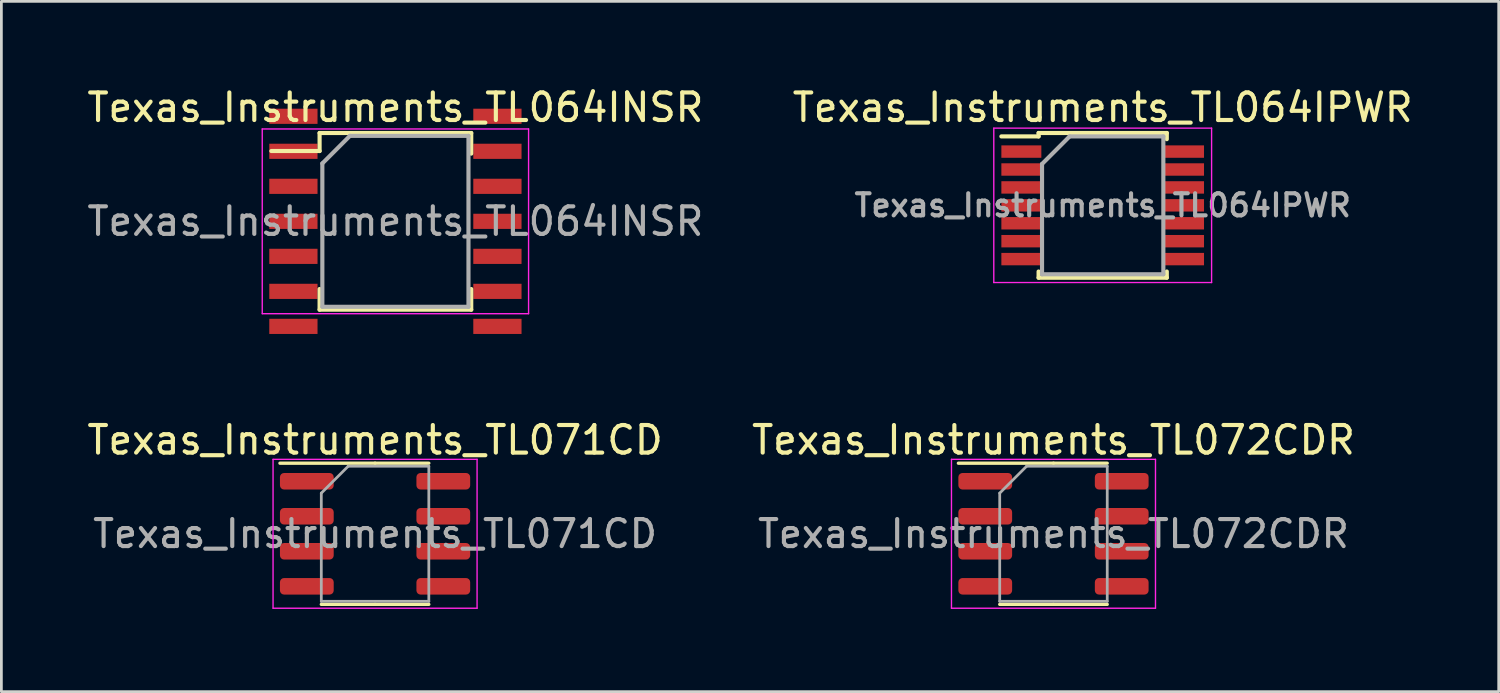
<source format=kicad_pcb>
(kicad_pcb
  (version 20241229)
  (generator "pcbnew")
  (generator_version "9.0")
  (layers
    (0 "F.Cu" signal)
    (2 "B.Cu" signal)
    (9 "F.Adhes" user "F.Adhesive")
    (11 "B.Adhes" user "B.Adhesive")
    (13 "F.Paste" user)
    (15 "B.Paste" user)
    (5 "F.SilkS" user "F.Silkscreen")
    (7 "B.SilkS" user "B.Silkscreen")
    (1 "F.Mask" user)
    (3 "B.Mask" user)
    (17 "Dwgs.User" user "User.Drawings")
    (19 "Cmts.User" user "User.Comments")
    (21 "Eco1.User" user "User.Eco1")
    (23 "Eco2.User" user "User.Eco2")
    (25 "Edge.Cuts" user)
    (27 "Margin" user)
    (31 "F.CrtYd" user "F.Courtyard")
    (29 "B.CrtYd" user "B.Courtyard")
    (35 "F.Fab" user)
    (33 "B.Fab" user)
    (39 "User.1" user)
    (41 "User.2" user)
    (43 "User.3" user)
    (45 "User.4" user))
  (footprint "Texas_Instruments_TL064INSR"
    (layer "F.Cu")
    (at 11.292 4.978)
    (property "Reference" "Texas_Instruments_TL064INSR" (at 0 -4.13 0) (layer "F.SilkS") (effects (font (size 1 1) (thickness 0.15))))
    (attr smd)
    (fp_line (start -2.75 -3.205) (end -2.75 -2.55) (stroke (width 0.15) (type solid)) (layer "F.SilkS"))
    (fp_line (start -2.75 -3.205) (end 2.75 -3.205) (stroke (width 0.15) (type solid)) (layer "F.SilkS"))
    (fp_line (start -2.75 -2.55) (end -4.5 -2.55) (stroke (width 0.15) (type solid)) (layer "F.SilkS"))
    (fp_line (start -2.75 3.205) (end -2.75 2.455) (stroke (width 0.15) (type solid)) (layer "F.SilkS"))
    (fp_line (start -2.75 3.205) (end 2.75 3.205) (stroke (width 0.15) (type solid)) (layer "F.SilkS"))
    (fp_line (start 2.75 -3.205) (end 2.75 -2.455) (stroke (width 0.15) (type solid)) (layer "F.SilkS"))
    (fp_line (start 2.75 3.205) (end 2.75 2.455) (stroke (width 0.15) (type solid)) (layer "F.SilkS"))
    (fp_line (start -4.83 -3.35) (end -4.83 3.35) (stroke (width 0.05) (type solid)) (layer "F.CrtYd"))
    (fp_line (start -4.83 -3.35) (end 4.83 -3.35) (stroke (width 0.05) (type solid)) (layer "F.CrtYd"))
    (fp_line (start -4.83 3.35) (end 4.83 3.35) (stroke (width 0.05) (type solid)) (layer "F.CrtYd"))
    (fp_line (start 4.83 -3.35) (end 4.83 3.35) (stroke (width 0.05) (type solid)) (layer "F.CrtYd"))
    (fp_line (start -2.65 -2.1) (end -1.65 -3.1) (stroke (width 0.15) (type solid)) (layer "F.Fab"))
    (fp_line (start -2.65 3.1) (end -2.65 -2.1) (stroke (width 0.15) (type solid)) (layer "F.Fab"))
    (fp_line (start -1.65 -3.1) (end 2.65 -3.1) (stroke (width 0.15) (type solid)) (layer "F.Fab"))
    (fp_line (start 2.65 -3.1) (end 2.65 3.1) (stroke (width 0.15) (type solid)) (layer "F.Fab"))
    (fp_line (start 2.65 3.1) (end -2.65 3.1) (stroke (width 0.15) (type solid)) (layer "F.Fab"))
    (fp_text user "${REFERENCE}" (at 0 0 0) (layer "F.Fab") (effects (font (size 1 1) (thickness 0.15))))
    (pad "1" smd rect (at -3.7 -3.81) (size 1.75 0.55) (layers "F.Cu" "F.Mask" "F.Paste"))
    (pad "2" smd rect (at -3.7 -2.54) (size 1.75 0.55) (layers "F.Cu" "F.Mask" "F.Paste"))
    (pad "3" smd rect (at -3.7 -1.27) (size 1.75 0.55) (layers "F.Cu" "F.Mask" "F.Paste"))
    (pad "4" smd rect (at -3.7 0) (size 1.75 0.55) (layers "F.Cu" "F.Mask" "F.Paste"))
    (pad "5" smd rect (at -3.7 1.27) (size 1.75 0.55) (layers "F.Cu" "F.Mask" "F.Paste"))
    (pad "6" smd rect (at -3.7 2.54) (size 1.75 0.55) (layers "F.Cu" "F.Mask" "F.Paste"))
    (pad "7" smd rect (at -3.7 3.81) (size 1.75 0.55) (layers "F.Cu" "F.Mask" "F.Paste"))
    (pad "8" smd rect (at 3.7 3.81) (size 1.75 0.55) (layers "F.Cu" "F.Mask" "F.Paste"))
    (pad "9" smd rect (at 3.7 2.54) (size 1.75 0.55) (layers "F.Cu" "F.Mask" "F.Paste"))
    (pad "10" smd rect (at 3.7 1.27) (size 1.75 0.55) (layers "F.Cu" "F.Mask" "F.Paste"))
    (pad "11" smd rect (at 3.7 0) (size 1.75 0.55) (layers "F.Cu" "F.Mask" "F.Paste"))
    (pad "12" smd rect (at 3.7 -1.27) (size 1.75 0.55) (layers "F.Cu" "F.Mask" "F.Paste"))
    (pad "13" smd rect (at 3.7 -2.54) (size 1.75 0.55) (layers "F.Cu" "F.Mask" "F.Paste"))
    (pad "14" smd rect (at 3.7 -3.81) (size 1.75 0.55) (layers "F.Cu" "F.Mask" "F.Paste")))
  (footprint "Texas_Instruments_TL072CDR"
    (layer "F.Cu")
    (at 35.161 16.311)
    (property "Reference" "Texas_Instruments_TL072CDR" (at 0 -3.4 0) (layer "F.SilkS") (effects (font (size 1 1) (thickness 0.15))))
    (attr smd)
    (fp_line (start 0 -2.56) (end -3.45 -2.56) (stroke (width 0.12) (type solid)) (layer "F.SilkS"))
    (fp_line (start 0 -2.56) (end 1.95 -2.56) (stroke (width 0.12) (type solid)) (layer "F.SilkS"))
    (fp_line (start 0 2.56) (end -1.95 2.56) (stroke (width 0.12) (type solid)) (layer "F.SilkS"))
    (fp_line (start 0 2.56) (end 1.95 2.56) (stroke (width 0.12) (type solid)) (layer "F.SilkS"))
    (fp_line (start -3.7 -2.7) (end -3.7 2.7) (stroke (width 0.05) (type solid)) (layer "F.CrtYd"))
    (fp_line (start -3.7 2.7) (end 3.7 2.7) (stroke (width 0.05) (type solid)) (layer "F.CrtYd"))
    (fp_line (start 3.7 -2.7) (end -3.7 -2.7) (stroke (width 0.05) (type solid)) (layer "F.CrtYd"))
    (fp_line (start 3.7 2.7) (end 3.7 -2.7) (stroke (width 0.05) (type solid)) (layer "F.CrtYd"))
    (fp_line (start -1.95 -1.475) (end -0.975 -2.45) (stroke (width 0.1) (type solid)) (layer "F.Fab"))
    (fp_line (start -1.95 2.45) (end -1.95 -1.475) (stroke (width 0.1) (type solid)) (layer "F.Fab"))
    (fp_line (start -0.975 -2.45) (end 1.95 -2.45) (stroke (width 0.1) (type solid)) (layer "F.Fab"))
    (fp_line (start 1.95 -2.45) (end 1.95 2.45) (stroke (width 0.1) (type solid)) (layer "F.Fab"))
    (fp_line (start 1.95 2.45) (end -1.95 2.45) (stroke (width 0.1) (type solid)) (layer "F.Fab"))
    (fp_text user "${REFERENCE}" (at 0 0 0) (layer "F.Fab") (effects (font (size 0.98 0.98) (thickness 0.15))))
    (pad "1" smd roundrect (at -2.475 -1.905) (size 1.95 0.6) (layers "F.Cu" "F.Mask" "F.Paste") (roundrect_rratio 0.25))
    (pad "2" smd roundrect (at -2.475 -0.635) (size 1.95 0.6) (layers "F.Cu" "F.Mask" "F.Paste") (roundrect_rratio 0.25))
    (pad "3" smd roundrect (at -2.475 0.635) (size 1.95 0.6) (layers "F.Cu" "F.Mask" "F.Paste") (roundrect_rratio 0.25))
    (pad "4" smd roundrect (at -2.475 1.905) (size 1.95 0.6) (layers "F.Cu" "F.Mask" "F.Paste") (roundrect_rratio 0.25))
    (pad "5" smd roundrect (at 2.475 1.905) (size 1.95 0.6) (layers "F.Cu" "F.Mask" "F.Paste") (roundrect_rratio 0.25))
    (pad "6" smd roundrect (at 2.475 0.635) (size 1.95 0.6) (layers "F.Cu" "F.Mask" "F.Paste") (roundrect_rratio 0.25))
    (pad "7" smd roundrect (at 2.475 -0.635) (size 1.95 0.6) (layers "F.Cu" "F.Mask" "F.Paste") (roundrect_rratio 0.25))
    (pad "8" smd roundrect (at 2.475 -1.905) (size 1.95 0.6) (layers "F.Cu" "F.Mask" "F.Paste") (roundrect_rratio 0.25)))
  (footprint "Texas_Instruments_TL071CD"
    (layer "F.Cu")
    (at 10.554 16.311)
    (property "Reference" "Texas_Instruments_TL071CD" (at 0 -3.4 0) (layer "F.SilkS") (effects (font (size 1 1) (thickness 0.15))))
    (attr smd)
    (fp_line (start 0 -2.56) (end -3.45 -2.56) (stroke (width 0.12) (type solid)) (layer "F.SilkS"))
    (fp_line (start 0 -2.56) (end 1.95 -2.56) (stroke (width 0.12) (type solid)) (layer "F.SilkS"))
    (fp_line (start 0 2.56) (end -1.95 2.56) (stroke (width 0.12) (type solid)) (layer "F.SilkS"))
    (fp_line (start 0 2.56) (end 1.95 2.56) (stroke (width 0.12) (type solid)) (layer "F.SilkS"))
    (fp_line (start -3.7 -2.7) (end -3.7 2.7) (stroke (width 0.05) (type solid)) (layer "F.CrtYd"))
    (fp_line (start -3.7 2.7) (end 3.7 2.7) (stroke (width 0.05) (type solid)) (layer "F.CrtYd"))
    (fp_line (start 3.7 -2.7) (end -3.7 -2.7) (stroke (width 0.05) (type solid)) (layer "F.CrtYd"))
    (fp_line (start 3.7 2.7) (end 3.7 -2.7) (stroke (width 0.05) (type solid)) (layer "F.CrtYd"))
    (fp_line (start -1.95 -1.475) (end -0.975 -2.45) (stroke (width 0.1) (type solid)) (layer "F.Fab"))
    (fp_line (start -1.95 2.45) (end -1.95 -1.475) (stroke (width 0.1) (type solid)) (layer "F.Fab"))
    (fp_line (start -0.975 -2.45) (end 1.95 -2.45) (stroke (width 0.1) (type solid)) (layer "F.Fab"))
    (fp_line (start 1.95 -2.45) (end 1.95 2.45) (stroke (width 0.1) (type solid)) (layer "F.Fab"))
    (fp_line (start 1.95 2.45) (end -1.95 2.45) (stroke (width 0.1) (type solid)) (layer "F.Fab"))
    (fp_text user "${REFERENCE}" (at 0 0 0) (layer "F.Fab") (effects (font (size 0.98 0.98) (thickness 0.15))))
    (pad "1" smd roundrect (at -2.475 -1.905) (size 1.95 0.6) (layers "F.Cu" "F.Mask" "F.Paste") (roundrect_rratio 0.25))
    (pad "2" smd roundrect (at -2.475 -0.635) (size 1.95 0.6) (layers "F.Cu" "F.Mask" "F.Paste") (roundrect_rratio 0.25))
    (pad "3" smd roundrect (at -2.475 0.635) (size 1.95 0.6) (layers "F.Cu" "F.Mask" "F.Paste") (roundrect_rratio 0.25))
    (pad "4" smd roundrect (at -2.475 1.905) (size 1.95 0.6) (layers "F.Cu" "F.Mask" "F.Paste") (roundrect_rratio 0.25))
    (pad "5" smd roundrect (at 2.475 1.905) (size 1.95 0.6) (layers "F.Cu" "F.Mask" "F.Paste") (roundrect_rratio 0.25))
    (pad "6" smd roundrect (at 2.475 0.635) (size 1.95 0.6) (layers "F.Cu" "F.Mask" "F.Paste") (roundrect_rratio 0.25))
    (pad "7" smd roundrect (at 2.475 -0.635) (size 1.95 0.6) (layers "F.Cu" "F.Mask" "F.Paste") (roundrect_rratio 0.25))
    (pad "8" smd roundrect (at 2.475 -1.905) (size 1.95 0.6) (layers "F.Cu" "F.Mask" "F.Paste") (roundrect_rratio 0.25)))
  (footprint "Texas_Instruments_TL064IPWR"
    (layer "F.Cu")
    (at 36.946 4.398)
    (property "Reference" "Texas_Instruments_TL064IPWR" (at 0 -3.55 0) (layer "F.SilkS") (effects (font (size 1 1) (thickness 0.15))))
    (attr smd)
    (fp_line (start -2.325 -2.625) (end -2.325 -2.5) (stroke (width 0.15) (type solid)) (layer "F.SilkS"))
    (fp_line (start -2.325 -2.625) (end 2.325 -2.625) (stroke (width 0.15) (type solid)) (layer "F.SilkS"))
    (fp_line (start -2.325 -2.5) (end -3.675 -2.5) (stroke (width 0.15) (type solid)) (layer "F.SilkS"))
    (fp_line (start -2.325 2.625) (end -2.325 2.4) (stroke (width 0.15) (type solid)) (layer "F.SilkS"))
    (fp_line (start -2.325 2.625) (end 2.325 2.625) (stroke (width 0.15) (type solid)) (layer "F.SilkS"))
    (fp_line (start 2.325 -2.625) (end 2.325 -2.4) (stroke (width 0.15) (type solid)) (layer "F.SilkS"))
    (fp_line (start 2.325 2.625) (end 2.325 2.4) (stroke (width 0.15) (type solid)) (layer "F.SilkS"))
    (fp_line (start -3.95 -2.8) (end -3.95 2.8) (stroke (width 0.05) (type solid)) (layer "F.CrtYd"))
    (fp_line (start -3.95 -2.8) (end 3.95 -2.8) (stroke (width 0.05) (type solid)) (layer "F.CrtYd"))
    (fp_line (start -3.95 2.8) (end 3.95 2.8) (stroke (width 0.05) (type solid)) (layer "F.CrtYd"))
    (fp_line (start 3.95 -2.8) (end 3.95 2.8) (stroke (width 0.05) (type solid)) (layer "F.CrtYd"))
    (fp_line (start -2.2 -1.5) (end -1.2 -2.5) (stroke (width 0.15) (type solid)) (layer "F.Fab"))
    (fp_line (start -2.2 2.5) (end -2.2 -1.5) (stroke (width 0.15) (type solid)) (layer "F.Fab"))
    (fp_line (start -1.2 -2.5) (end 2.2 -2.5) (stroke (width 0.15) (type solid)) (layer "F.Fab"))
    (fp_line (start 2.2 -2.5) (end 2.2 2.5) (stroke (width 0.15) (type solid)) (layer "F.Fab"))
    (fp_line (start 2.2 2.5) (end -2.2 2.5) (stroke (width 0.15) (type solid)) (layer "F.Fab"))
    (fp_text user "${REFERENCE}" (at 0 0 0) (layer "F.Fab") (effects (font (size 0.8 0.8) (thickness 0.15))))
    (pad "1" smd rect (at -2.95 -1.95) (size 1.45 0.45) (layers "F.Cu" "F.Mask" "F.Paste"))
    (pad "2" smd rect (at -2.95 -1.3) (size 1.45 0.45) (layers "F.Cu" "F.Mask" "F.Paste"))
    (pad "3" smd rect (at -2.95 -0.65) (size 1.45 0.45) (layers "F.Cu" "F.Mask" "F.Paste"))
    (pad "4" smd rect (at -2.95 0) (size 1.45 0.45) (layers "F.Cu" "F.Mask" "F.Paste"))
    (pad "5" smd rect (at -2.95 0.65) (size 1.45 0.45) (layers "F.Cu" "F.Mask" "F.Paste"))
    (pad "6" smd rect (at -2.95 1.3) (size 1.45 0.45) (layers "F.Cu" "F.Mask" "F.Paste"))
    (pad "7" smd rect (at -2.95 1.95) (size 1.45 0.45) (layers "F.Cu" "F.Mask" "F.Paste"))
    (pad "8" smd rect (at 2.95 1.95) (size 1.45 0.45) (layers "F.Cu" "F.Mask" "F.Paste"))
    (pad "9" smd rect (at 2.95 1.3) (size 1.45 0.45) (layers "F.Cu" "F.Mask" "F.Paste"))
    (pad "10" smd rect (at 2.95 0.65) (size 1.45 0.45) (layers "F.Cu" "F.Mask" "F.Paste"))
    (pad "11" smd rect (at 2.95 0) (size 1.45 0.45) (layers "F.Cu" "F.Mask" "F.Paste"))
    (pad "12" smd rect (at 2.95 -0.65) (size 1.45 0.45) (layers "F.Cu" "F.Mask" "F.Paste"))
    (pad "13" smd rect (at 2.95 -1.3) (size 1.45 0.45) (layers "F.Cu" "F.Mask" "F.Paste"))
    (pad "14" smd rect (at 2.95 -1.95) (size 1.45 0.45) (layers "F.Cu" "F.Mask" "F.Paste")))
  (gr_rect
    (start -3 -3)
    (end 51.31 22.037)
    (stroke (width 0.1) (type default))
    (fill no)
    (layer "Edge.Cuts")))
</source>
